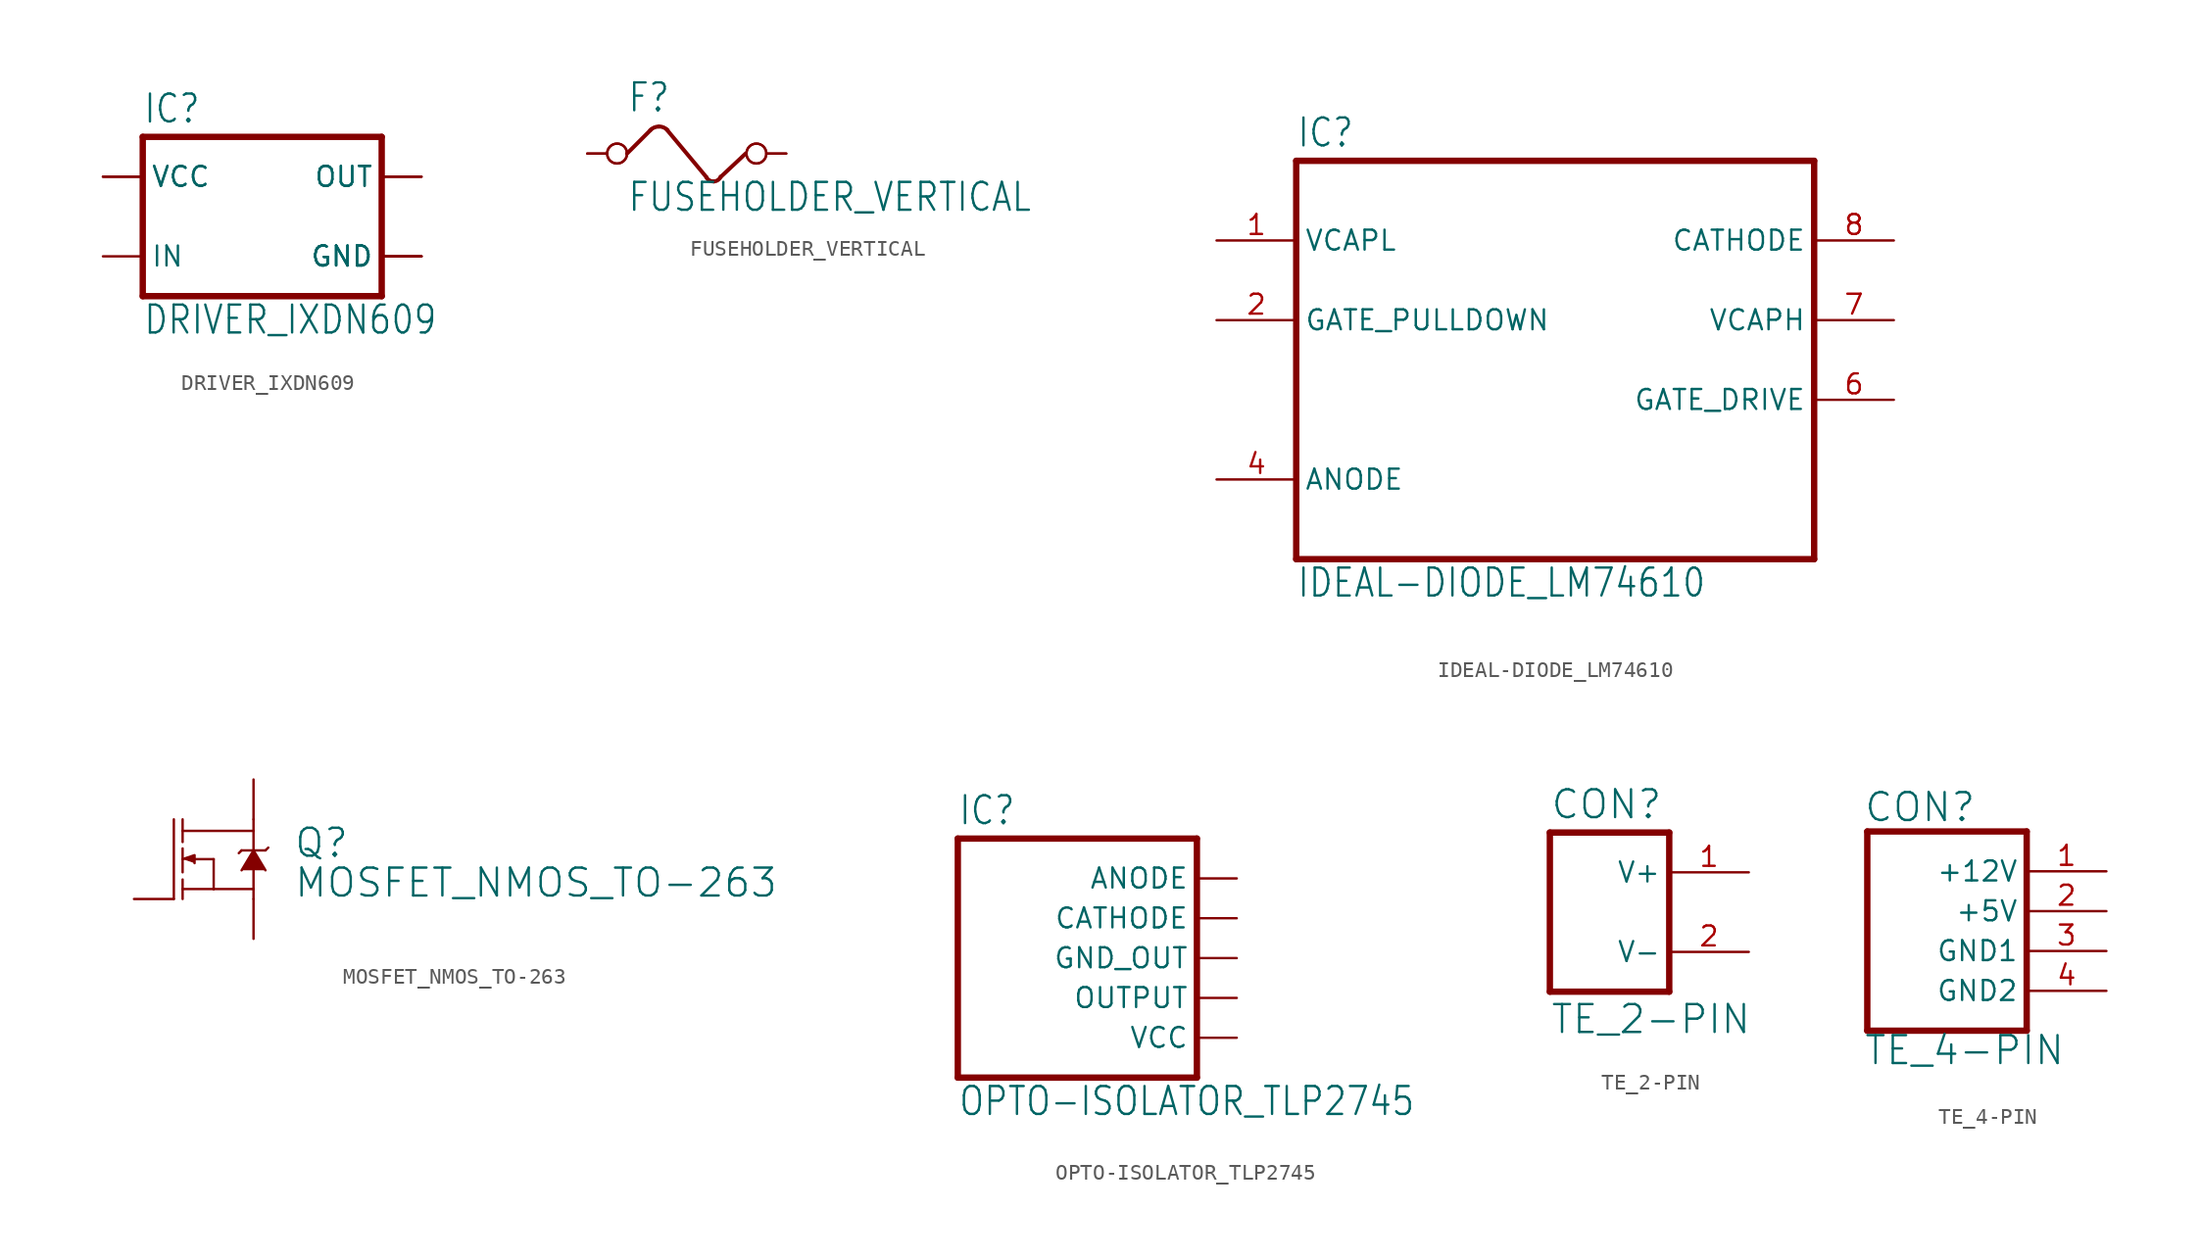
<source format=kicad_sym>
(kicad_symbol_lib
  (version 20211014)
  (generator kicad_symbol_editor)
  (symbol "DRIVER_IXDN609"
    (property "Reference" "IC"
      (at 0 10.922 0)
      (effects (font (size 1.778 1.511)) (justify left bottom)))
    (property "Value" "DRIVER_IXDN609"
      (at 0 -2.54 0)
      (effects (font (size 1.778 1.511)) (justify left bottom)))
    (property "ki_locked" ""
      (at 0 0 0)
      (effects (font (size 1.27 1.27))))
    (symbol "DRIVER_IXDN609_1_0"
      (polyline (pts (xy 0 0) (xy 15.24 0)) (stroke (width 0.406) (type default) (color 0 0 0 0)) (fill (type none)))
      (polyline (pts (xy 0 10.16) (xy 0 0)) (stroke (width 0.406) (type default) (color 0 0 0 0)) (fill (type none)))
      (polyline (pts (xy 15.24 0) (xy 15.24 10.16)) (stroke (width 0.406) (type default) (color 0 0 0 0)) (fill (type none)))
      (polyline (pts (xy 15.24 10.16) (xy 0 10.16)) (stroke (width 0.406) (type default) (color 0 0 0 0)) (fill (type none)))
      (pin bidirectional line (at -2.54 7.62 0) (length 2.54) (name "VCC" (effects (font (size 1.27 1.27)))) (number "1" (effects (font (size 0 0)))))
      (pin bidirectional line (at -2.54 2.54 0) (length 2.54) (name "IN" (effects (font (size 1.27 1.27)))) (number "2" (effects (font (size 0 0)))))
      (pin bidirectional line (at 17.78 2.54 180) (length 2.54) (name "GND" (effects (font (size 1.27 1.27)))) (number "4" (effects (font (size 0 0)))))
      (pin bidirectional line (at 17.78 2.54 180) (length 2.54) (name "GND" (effects (font (size 1.27 1.27)))) (number "5" (effects (font (size 0 0)))))
      (pin bidirectional line (at 17.78 7.62 180) (length 2.54) (name "OUT" (effects (font (size 1.27 1.27)))) (number "6" (effects (font (size 0 0)))))
      (pin bidirectional line (at 17.78 7.62 180) (length 2.54) (name "OUT" (effects (font (size 1.27 1.27)))) (number "7" (effects (font (size 0 0)))))
      (pin bidirectional line (at -2.54 7.62 0) (length 2.54) (name "VCC" (effects (font (size 1.27 1.27)))) (number "8" (effects (font (size 0 0)))))
      (pin bidirectional line (at 17.78 2.54 180) (length 2.54) (name "GND" (effects (font (size 1.27 1.27)))) (number "GND" (effects (font (size 0 0)))))))
  (symbol "FUSEHOLDER_VERTICAL"
    (property "Reference" "F"
      (at -5.08 2.54 0)
      (effects (font (size 1.778 1.511)) (justify left bottom)))
    (property "Value" "FUSEHOLDER_VERTICAL"
      (at -5.08 -3.81 0)
      (effects (font (size 1.778 1.511)) (justify left bottom)))
    (property "ki_locked" ""
      (at 0 0 0)
      (effects (font (size 1.27 1.27))))
    (symbol "FUSEHOLDER_VERTICAL_1_0"
      (arc (start -3.048 1.7272) (mid -3.3478 1.6657) (end -3.5992 1.4912) (stroke (width 0.254) (type default) (color 0 0 0 0)) (fill (type none)))
      (arc (start -2.496 1.491) (mid -2.7477 1.6658) (end -3.048 1.7272) (stroke (width 0.254) (type default) (color 0 0 0 0)) (fill (type none)))
      (arc (start -0.0178 -1.508) (mid 0.1804 -1.7121) (end 0.4572 -1.7778) (stroke (width 0.254) (type default) (color 0 0 0 0)) (fill (type none)))
      (polyline (pts (xy -5.08 0) (xy -3.556 1.524)) (stroke (width 0.254) (type default) (color 0 0 0 0)) (fill (type none)))
      (polyline (pts (xy 0 -1.524) (xy -2.54 1.524)) (stroke (width 0.254) (type default) (color 0 0 0 0)) (fill (type none)))
      (polyline (pts (xy 0.889 -1.499) (xy 2.489 0)) (stroke (width 0.254) (type default) (color 0 0 0 0)) (fill (type none)))
      (arc (start 0.4572 -1.778) (mid 0.7195 -1.6894) (end 0.8965 -1.4765) (stroke (width 0.254) (type default) (color 0 0 0 0)) (fill (type none)))
      (pin passive inverted (at -7.62 0 0) (length 2.54) (name "1" (effects (font (size 0 0)))) (number "1" (effects (font (size 0 0)))))
      (pin passive inverted (at -7.62 0 0) (length 2.54) (name "1" (effects (font (size 0 0)))) (number "2" (effects (font (size 0 0)))))
      (pin passive inverted (at 5.08 0 180) (length 2.54) (name "2" (effects (font (size 0 0)))) (number "3" (effects (font (size 0 0)))))
      (pin passive inverted (at 5.08 0 180) (length 2.54) (name "2" (effects (font (size 0 0)))) (number "4" (effects (font (size 0 0)))))))
  (symbol "IDEAL-DIODE_LM74610"
    (property "Reference" "IC"
      (at 0 26.162 0)
      (effects (font (size 1.778 1.511)) (justify left bottom)))
    (property "Value" "IDEAL-DIODE_LM74610"
      (at 0 -2.54 0)
      (effects (font (size 1.778 1.511)) (justify left bottom)))
    (property "ki_locked" ""
      (at 0 0 0)
      (effects (font (size 1.27 1.27))))
    (symbol "IDEAL-DIODE_LM74610_1_0"
      (polyline (pts (xy 0 0) (xy 33.02 0)) (stroke (width 0.406) (type default) (color 0 0 0 0)) (fill (type none)))
      (polyline (pts (xy 0 25.4) (xy 0 0)) (stroke (width 0.406) (type default) (color 0 0 0 0)) (fill (type none)))
      (polyline (pts (xy 33.02 0) (xy 33.02 25.4)) (stroke (width 0.406) (type default) (color 0 0 0 0)) (fill (type none)))
      (polyline (pts (xy 33.02 25.4) (xy 0 25.4)) (stroke (width 0.406) (type default) (color 0 0 0 0)) (fill (type none)))
      (pin bidirectional line (at -5.08 20.32 0) (length 5.08) (name "VCAPL" (effects (font (size 1.27 1.27)))) (number "1" (effects (font (size 1.27 1.27)))))
      (pin bidirectional line (at -5.08 15.24 0) (length 5.08) (name "GATE_PULLDOWN" (effects (font (size 1.27 1.27)))) (number "2" (effects (font (size 1.27 1.27)))))
      (pin bidirectional line (at -5.08 5.08 0) (length 5.08) (name "ANODE" (effects (font (size 1.27 1.27)))) (number "4" (effects (font (size 1.27 1.27)))))
      (pin bidirectional line (at 38.1 10.16 180) (length 5.08) (name "GATE_DRIVE" (effects (font (size 1.27 1.27)))) (number "6" (effects (font (size 1.27 1.27)))))
      (pin bidirectional line (at 38.1 15.24 180) (length 5.08) (name "VCAPH" (effects (font (size 1.27 1.27)))) (number "7" (effects (font (size 1.27 1.27)))))
      (pin bidirectional line (at 38.1 20.32 180) (length 5.08) (name "CATHODE" (effects (font (size 1.27 1.27)))) (number "8" (effects (font (size 1.27 1.27)))))))
  (symbol "MOSFET_NMOS_TO-263"
    (property "Reference" "Q"
      (at 5.08 0 0)
      (effects (font (size 1.778 1.778)) (justify left bottom)))
    (property "Value" "MOSFET_NMOS_TO-263"
      (at 5.08 -2.54 0)
      (effects (font (size 1.778 1.778)) (justify left bottom)))
    (property "ki_locked" ""
      (at 0 0 0)
      (effects (font (size 1.27 1.27))))
    (symbol "MOSFET_NMOS_TO-263_1_0"
      (polyline (pts (xy -2.54 -2.54) (xy -2.54 2.54)) (stroke (width 0.152) (type default) (color 0 0 0 0)) (fill (type none)))
      (polyline (pts (xy -1.981 -1.905) (xy -1.981 -2.54)) (stroke (width 0.152) (type default) (color 0 0 0 0)) (fill (type none)))
      (polyline (pts (xy -1.981 -1.905) (xy 0 -1.905)) (stroke (width 0.152) (type default) (color 0 0 0 0)) (fill (type none)))
      (polyline (pts (xy -1.981 -1.295) (xy -1.981 -1.905)) (stroke (width 0.152) (type default) (color 0 0 0 0)) (fill (type none)))
      (polyline (pts (xy -1.981 0.686) (xy -1.981 -0.838)) (stroke (width 0.152) (type default) (color 0 0 0 0)) (fill (type none)))
      (polyline (pts (xy -1.981 1.803) (xy -1.981 1.092)) (stroke (width 0.152) (type default) (color 0 0 0 0)) (fill (type none)))
      (polyline (pts (xy -1.981 1.803) (xy 2.54 1.803)) (stroke (width 0.152) (type default) (color 0 0 0 0)) (fill (type none)))
      (polyline (pts (xy -1.981 2.54) (xy -1.981 1.803)) (stroke (width 0.152) (type default) (color 0 0 0 0)) (fill (type none)))
      (polyline (pts (xy 0 -1.905) (xy 0 0)) (stroke (width 0.152) (type default) (color 0 0 0 0)) (fill (type none)))
      (polyline (pts (xy 0 0) (xy -1.219 0)) (stroke (width 0.152) (type default) (color 0 0 0 0)) (fill (type none)))
      (polyline (pts (xy 1.6 0.381) (xy 1.778 0.559)) (stroke (width 0.152) (type default) (color 0 0 0 0)) (fill (type none)))
      (polyline (pts (xy 2.54 -2.54) (xy 2.54 -1.905)) (stroke (width 0.152) (type default) (color 0 0 0 0)) (fill (type none)))
      (polyline (pts (xy 2.54 -1.905) (xy 0 -1.905)) (stroke (width 0.152) (type default) (color 0 0 0 0)) (fill (type none)))
      (polyline (pts (xy 2.54 -0.711) (xy 2.54 -1.905)) (stroke (width 0.152) (type default) (color 0 0 0 0)) (fill (type none)))
      (polyline (pts (xy 2.54 0.559) (xy 1.778 0.559)) (stroke (width 0.152) (type default) (color 0 0 0 0)) (fill (type none)))
      (polyline (pts (xy 2.54 0.559) (xy 3.302 0.559)) (stroke (width 0.152) (type default) (color 0 0 0 0)) (fill (type none)))
      (polyline (pts (xy 2.54 1.803) (xy 2.54 0.559)) (stroke (width 0.152) (type default) (color 0 0 0 0)) (fill (type none)))
      (polyline (pts (xy 2.54 2.54) (xy 2.54 1.803)) (stroke (width 0.152) (type default) (color 0 0 0 0)) (fill (type none)))
      (polyline (pts (xy 3.302 0.559) (xy 3.48 0.737)) (stroke (width 0.152) (type default) (color 0 0 0 0)) (fill (type none)))
      (polyline (pts (xy -1.981 0) (xy -1.219 0.254) (xy -1.219 -0.254)) (stroke (width 0) (type default) (color 0 0 0 0)) (fill (type outline)))
      (polyline (pts (xy 1.778 -0.711) (xy 2.54 0.559) (xy 3.302 -0.711)) (stroke (width 0) (type default) (color 0 0 0 0)) (fill (type outline)))
      (pin bidirectional line (at -5.08 -2.54 0) (length 2.54) (name "G" (effects (font (size 0 0)))) (number "1" (effects (font (size 0 0)))))
      (pin bidirectional line (at 2.54 5.08 270) (length 2.54) (name "D" (effects (font (size 0 0)))) (number "2" (effects (font (size 0 0)))))
      (pin bidirectional line (at 2.54 -5.08 90) (length 2.54) (name "S" (effects (font (size 0 0)))) (number "3" (effects (font (size 0 0)))))))
  (symbol "OPTO-ISOLATOR_TLP2745"
    (property "Reference" "IC"
      (at 0 16.002 0)
      (effects (font (size 1.778 1.511)) (justify left bottom)))
    (property "Value" "OPTO-ISOLATOR_TLP2745"
      (at 0 -2.54 0)
      (effects (font (size 1.778 1.511)) (justify left bottom)))
    (property "ki_locked" ""
      (at 0 0 0)
      (effects (font (size 1.27 1.27))))
    (symbol "OPTO-ISOLATOR_TLP2745_1_0"
      (polyline (pts (xy 0 0) (xy 15.24 0)) (stroke (width 0.406) (type default) (color 0 0 0 0)) (fill (type none)))
      (polyline (pts (xy 0 15.24) (xy 0 0)) (stroke (width 0.406) (type default) (color 0 0 0 0)) (fill (type none)))
      (polyline (pts (xy 15.24 0) (xy 15.24 15.24)) (stroke (width 0.406) (type default) (color 0 0 0 0)) (fill (type none)))
      (polyline (pts (xy 15.24 15.24) (xy 0 15.24)) (stroke (width 0.406) (type default) (color 0 0 0 0)) (fill (type none)))
      (pin bidirectional line (at 17.78 12.7 180) (length 2.54) (name "ANODE" (effects (font (size 1.27 1.27)))) (number "P$1" (effects (font (size 0 0)))))
      (pin bidirectional line (at 17.78 10.16 180) (length 2.54) (name "CATHODE" (effects (font (size 1.27 1.27)))) (number "P$3" (effects (font (size 0 0)))))
      (pin bidirectional line (at 17.78 7.62 180) (length 2.54) (name "GND_OUT" (effects (font (size 1.27 1.27)))) (number "P$4" (effects (font (size 0 0)))))
      (pin bidirectional line (at 17.78 5.08 180) (length 2.54) (name "OUTPUT" (effects (font (size 1.27 1.27)))) (number "P$5" (effects (font (size 0 0)))))
      (pin bidirectional line (at 17.78 2.54 180) (length 2.54) (name "VCC" (effects (font (size 1.27 1.27)))) (number "P$6" (effects (font (size 0 0)))))))
  (symbol "TE_2-PIN"
    (property "Reference" "CON"
      (at 0 10.922 0)
      (effects (font (size 1.778 1.778)) (justify left bottom)))
    (property "Value" "TE_2-PIN"
      (at 0 -2.794 0)
      (effects (font (size 1.778 1.778)) (justify left bottom)))
    (property "ki_locked" ""
      (at 0 0 0)
      (effects (font (size 1.27 1.27))))
    (symbol "TE_2-PIN_1_0"
      (polyline (pts (xy 0 10.16) (xy 0 0)) (stroke (width 0.406) (type default) (color 0 0 0 0)) (fill (type none)))
      (polyline (pts (xy 0 10.16) (xy 7.62 10.16)) (stroke (width 0.406) (type default) (color 0 0 0 0)) (fill (type none)))
      (polyline (pts (xy 7.62 0) (xy 0 0)) (stroke (width 0.406) (type default) (color 0 0 0 0)) (fill (type none)))
      (polyline (pts (xy 7.62 0) (xy 7.62 10.16)) (stroke (width 0.406) (type default) (color 0 0 0 0)) (fill (type none)))
      (pin passive line (at 12.7 7.62 180) (length 5.08) (name "V+" (effects (font (size 1.27 1.27)))) (number "1" (effects (font (size 1.27 1.27)))))
      (pin passive line (at 12.7 2.54 180) (length 5.08) (name "V-" (effects (font (size 1.27 1.27)))) (number "2" (effects (font (size 1.27 1.27)))))))
  (symbol "TE_4-PIN"
    (property "Reference" "CON"
      (at -0.254 13.208 0)
      (effects (font (size 1.778 1.778)) (justify left bottom)))
    (property "Value" "TE_4-PIN"
      (at -0.254 -2.286 0)
      (effects (font (size 1.778 1.778)) (justify left bottom)))
    (property "ki_locked" ""
      (at 0 0 0)
      (effects (font (size 1.27 1.27))))
    (symbol "TE_4-PIN_1_0"
      (polyline (pts (xy 0 12.7) (xy 0 0)) (stroke (width 0.406) (type default) (color 0 0 0 0)) (fill (type none)))
      (polyline (pts (xy 0 12.7) (xy 10.16 12.7)) (stroke (width 0.406) (type default) (color 0 0 0 0)) (fill (type none)))
      (polyline (pts (xy 10.16 0) (xy 0 0)) (stroke (width 0.406) (type default) (color 0 0 0 0)) (fill (type none)))
      (polyline (pts (xy 10.16 0) (xy 10.16 12.7)) (stroke (width 0.406) (type default) (color 0 0 0 0)) (fill (type none)))
      (pin passive line (at 15.24 10.16 180) (length 5.08) (name "+12V" (effects (font (size 1.27 1.27)))) (number "1" (effects (font (size 1.27 1.27)))))
      (pin passive line (at 15.24 7.62 180) (length 5.08) (name "+5V" (effects (font (size 1.27 1.27)))) (number "2" (effects (font (size 1.27 1.27)))))
      (pin passive line (at 15.24 5.08 180) (length 5.08) (name "GND1" (effects (font (size 1.27 1.27)))) (number "3" (effects (font (size 1.27 1.27)))))
      (pin passive line (at 15.24 2.54 180) (length 5.08) (name "GND2" (effects (font (size 1.27 1.27)))) (number "4" (effects (font (size 1.27 1.27))))))))
</source>
